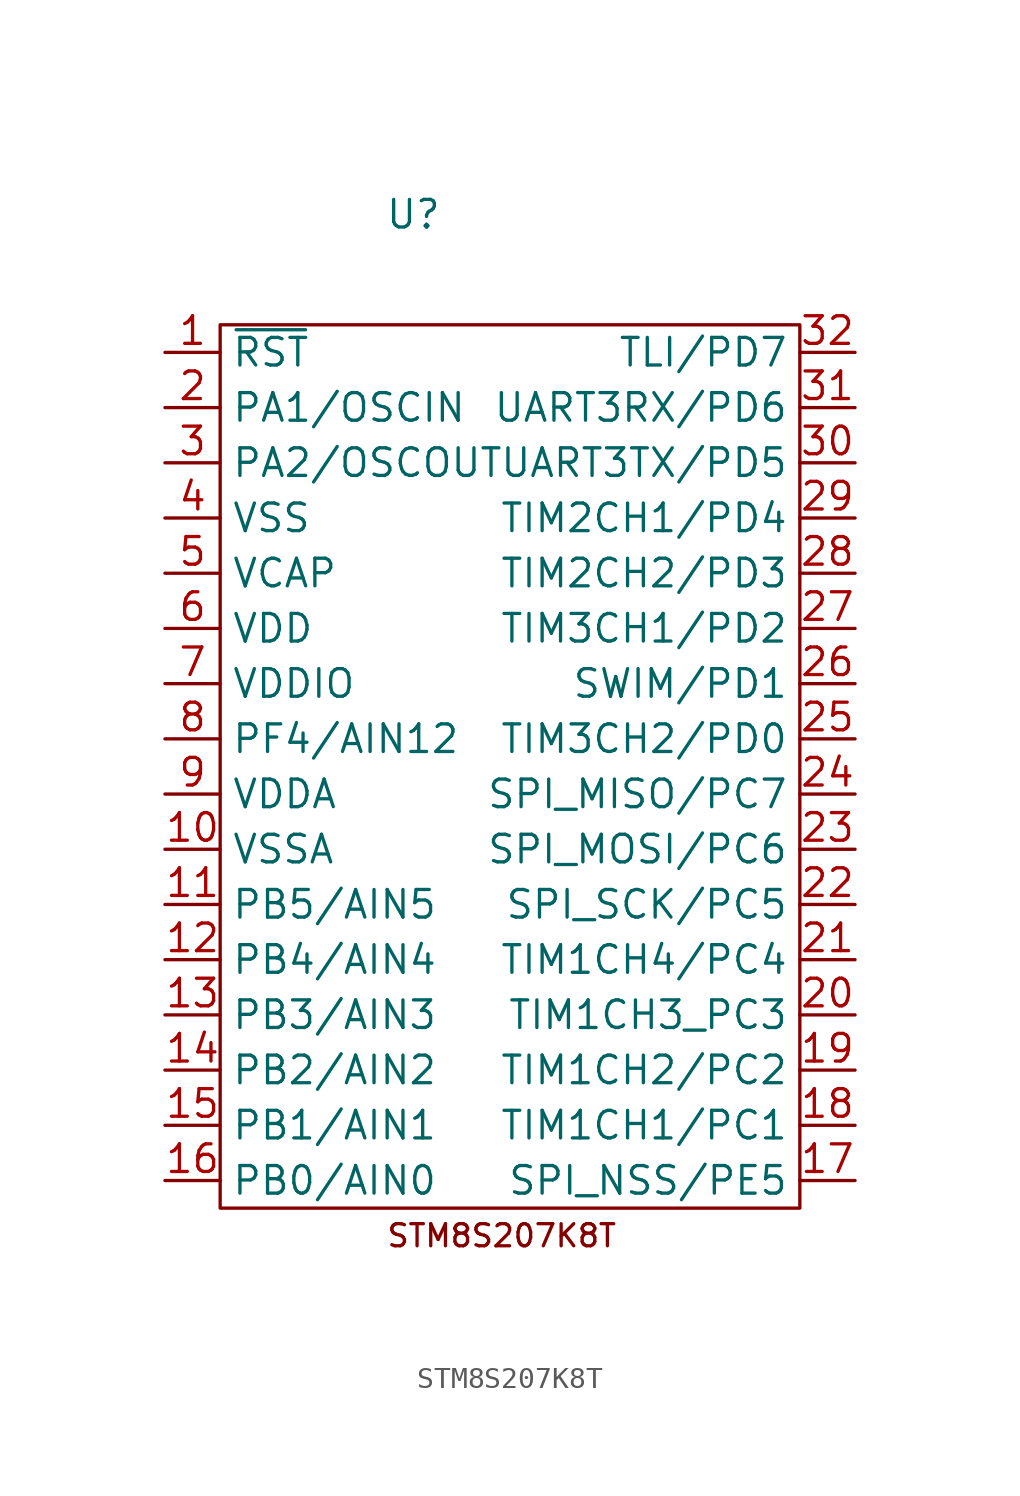
<source format=kicad_sym>
(kicad_symbol_lib
  (version 20231120)
  (generator "kicad_symbol_editor")
  (generator_version "8.0")
  (symbol "STM8S207K8T"
    (property "Reference" "U"
      (at -3.81 25.4 0)
      (effects (font (size 1.27 1.27))))
    (property "Value" ""
      (at -3.81 25.4 0)
      (effects (font (size 1.27 1.27))))
    (symbol "STM8S207K8T_0_1"
      (rectangle (start -12.7 20.32) (end 13.97 -20.32) (stroke (width 0) (type default)) (fill (type none))))
    (symbol "STM8S207K8T_1_1"
      (text "STM8S207K8T" (at 0.254 -21.59 0) (effects (font (size 1.016 1.016))))
      (pin input line (at -15.24 19.05 0) (length 2.54) (name "~{RST}" (effects (font (size 1.27 1.27)))) (number "1" (effects (font (size 1.27 1.27)))))
      (pin passive line (at -15.24 -3.81 0) (length 2.54) (name "VSSA" (effects (font (size 1.27 1.27)))) (number "10" (effects (font (size 1.27 1.27)))))
      (pin bidirectional line (at -15.24 -6.35 0) (length 2.54) (name "PB5/AIN5" (effects (font (size 1.27 1.27)))) (number "11" (effects (font (size 1.27 1.27)))))
      (pin bidirectional line (at -15.24 -8.89 0) (length 2.54) (name "PB4/AIN4" (effects (font (size 1.27 1.27)))) (number "12" (effects (font (size 1.27 1.27)))))
      (pin bidirectional line (at -15.24 -11.43 0) (length 2.54) (name "PB3/AIN3" (effects (font (size 1.27 1.27)))) (number "13" (effects (font (size 1.27 1.27)))))
      (pin bidirectional line (at -15.24 -13.97 0) (length 2.54) (name "PB2/AIN2" (effects (font (size 1.27 1.27)))) (number "14" (effects (font (size 1.27 1.27)))))
      (pin bidirectional line (at -15.24 -16.51 0) (length 2.54) (name "PB1/AIN1" (effects (font (size 1.27 1.27)))) (number "15" (effects (font (size 1.27 1.27)))))
      (pin bidirectional line (at -15.24 -19.05 0) (length 2.54) (name "PB0/AIN0" (effects (font (size 1.27 1.27)))) (number "16" (effects (font (size 1.27 1.27)))))
      (pin bidirectional line (at 16.51 -19.05 180) (length 2.54) (name "SPI_NSS/PE5" (effects (font (size 1.27 1.27)))) (number "17" (effects (font (size 1.27 1.27)))))
      (pin bidirectional line (at 16.51 -16.51 180) (length 2.54) (name "TIM1CH1/PC1" (effects (font (size 1.27 1.27)))) (number "18" (effects (font (size 1.27 1.27)))))
      (pin bidirectional line (at 16.51 -13.97 180) (length 2.54) (name "TIM1CH2/PC2" (effects (font (size 1.27 1.27)))) (number "19" (effects (font (size 1.27 1.27)))))
      (pin bidirectional line (at -15.24 16.51 0) (length 2.54) (name "PA1/OSCIN" (effects (font (size 1.27 1.27)))) (number "2" (effects (font (size 1.27 1.27)))))
      (pin bidirectional line (at 16.51 -11.43 180) (length 2.54) (name "TIM1CH3_PC3" (effects (font (size 1.27 1.27)))) (number "20" (effects (font (size 1.27 1.27)))))
      (pin bidirectional line (at 16.51 -8.89 180) (length 2.54) (name "TIM1CH4/PC4" (effects (font (size 1.27 1.27)))) (number "21" (effects (font (size 1.27 1.27)))))
      (pin bidirectional line (at 16.51 -6.35 180) (length 2.54) (name "SPI_SCK/PC5" (effects (font (size 1.27 1.27)))) (number "22" (effects (font (size 1.27 1.27)))))
      (pin bidirectional line (at 16.51 -3.81 180) (length 2.54) (name "SPI_MOSI/PC6" (effects (font (size 1.27 1.27)))) (number "23" (effects (font (size 1.27 1.27)))))
      (pin bidirectional line (at 16.51 -1.27 180) (length 2.54) (name "SPI_MISO/PC7" (effects (font (size 1.27 1.27)))) (number "24" (effects (font (size 1.27 1.27)))))
      (pin bidirectional line (at 16.51 1.27 180) (length 2.54) (name "TIM3CH2/PD0" (effects (font (size 1.27 1.27)))) (number "25" (effects (font (size 1.27 1.27)))))
      (pin bidirectional line (at 16.51 3.81 180) (length 2.54) (name "SWIM/PD1" (effects (font (size 1.27 1.27)))) (number "26" (effects (font (size 1.27 1.27)))))
      (pin bidirectional line (at 16.51 6.35 180) (length 2.54) (name "TIM3CH1/PD2" (effects (font (size 1.27 1.27)))) (number "27" (effects (font (size 1.27 1.27)))))
      (pin bidirectional line (at 16.51 8.89 180) (length 2.54) (name "TIM2CH2/PD3" (effects (font (size 1.27 1.27)))) (number "28" (effects (font (size 1.27 1.27)))))
      (pin bidirectional line (at 16.51 11.43 180) (length 2.54) (name "TIM2CH1/PD4" (effects (font (size 1.27 1.27)))) (number "29" (effects (font (size 1.27 1.27)))))
      (pin bidirectional line (at -15.24 13.97 0) (length 2.54) (name "PA2/OSCOUT" (effects (font (size 1.27 1.27)))) (number "3" (effects (font (size 1.27 1.27)))))
      (pin bidirectional line (at 16.51 13.97 180) (length 2.54) (name "UART3TX/PD5" (effects (font (size 1.27 1.27)))) (number "30" (effects (font (size 1.27 1.27)))))
      (pin bidirectional line (at 16.51 16.51 180) (length 2.54) (name "UART3RX/PD6" (effects (font (size 1.27 1.27)))) (number "31" (effects (font (size 1.27 1.27)))))
      (pin bidirectional line (at 16.51 19.05 180) (length 2.54) (name "TLI/PD7" (effects (font (size 1.27 1.27)))) (number "32" (effects (font (size 1.27 1.27)))))
      (pin passive line (at -15.24 11.43 0) (length 2.54) (name "VSS" (effects (font (size 1.27 1.27)))) (number "4" (effects (font (size 1.27 1.27)))))
      (pin passive line (at -15.24 8.89 0) (length 2.54) (name "VCAP" (effects (font (size 1.27 1.27)))) (number "5" (effects (font (size 1.27 1.27)))))
      (pin power_in line (at -15.24 6.35 0) (length 2.54) (name "VDD" (effects (font (size 1.27 1.27)))) (number "6" (effects (font (size 1.27 1.27)))))
      (pin power_in line (at -15.24 3.81 0) (length 2.54) (name "VDDIO" (effects (font (size 1.27 1.27)))) (number "7" (effects (font (size 1.27 1.27)))))
      (pin bidirectional line (at -15.24 1.27 0) (length 2.54) (name "PF4/AIN12" (effects (font (size 1.27 1.27)))) (number "8" (effects (font (size 1.27 1.27)))))
      (pin power_in line (at -15.24 -1.27 0) (length 2.54) (name "VDDA" (effects (font (size 1.27 1.27)))) (number "9" (effects (font (size 1.27 1.27))))))))
</source>
